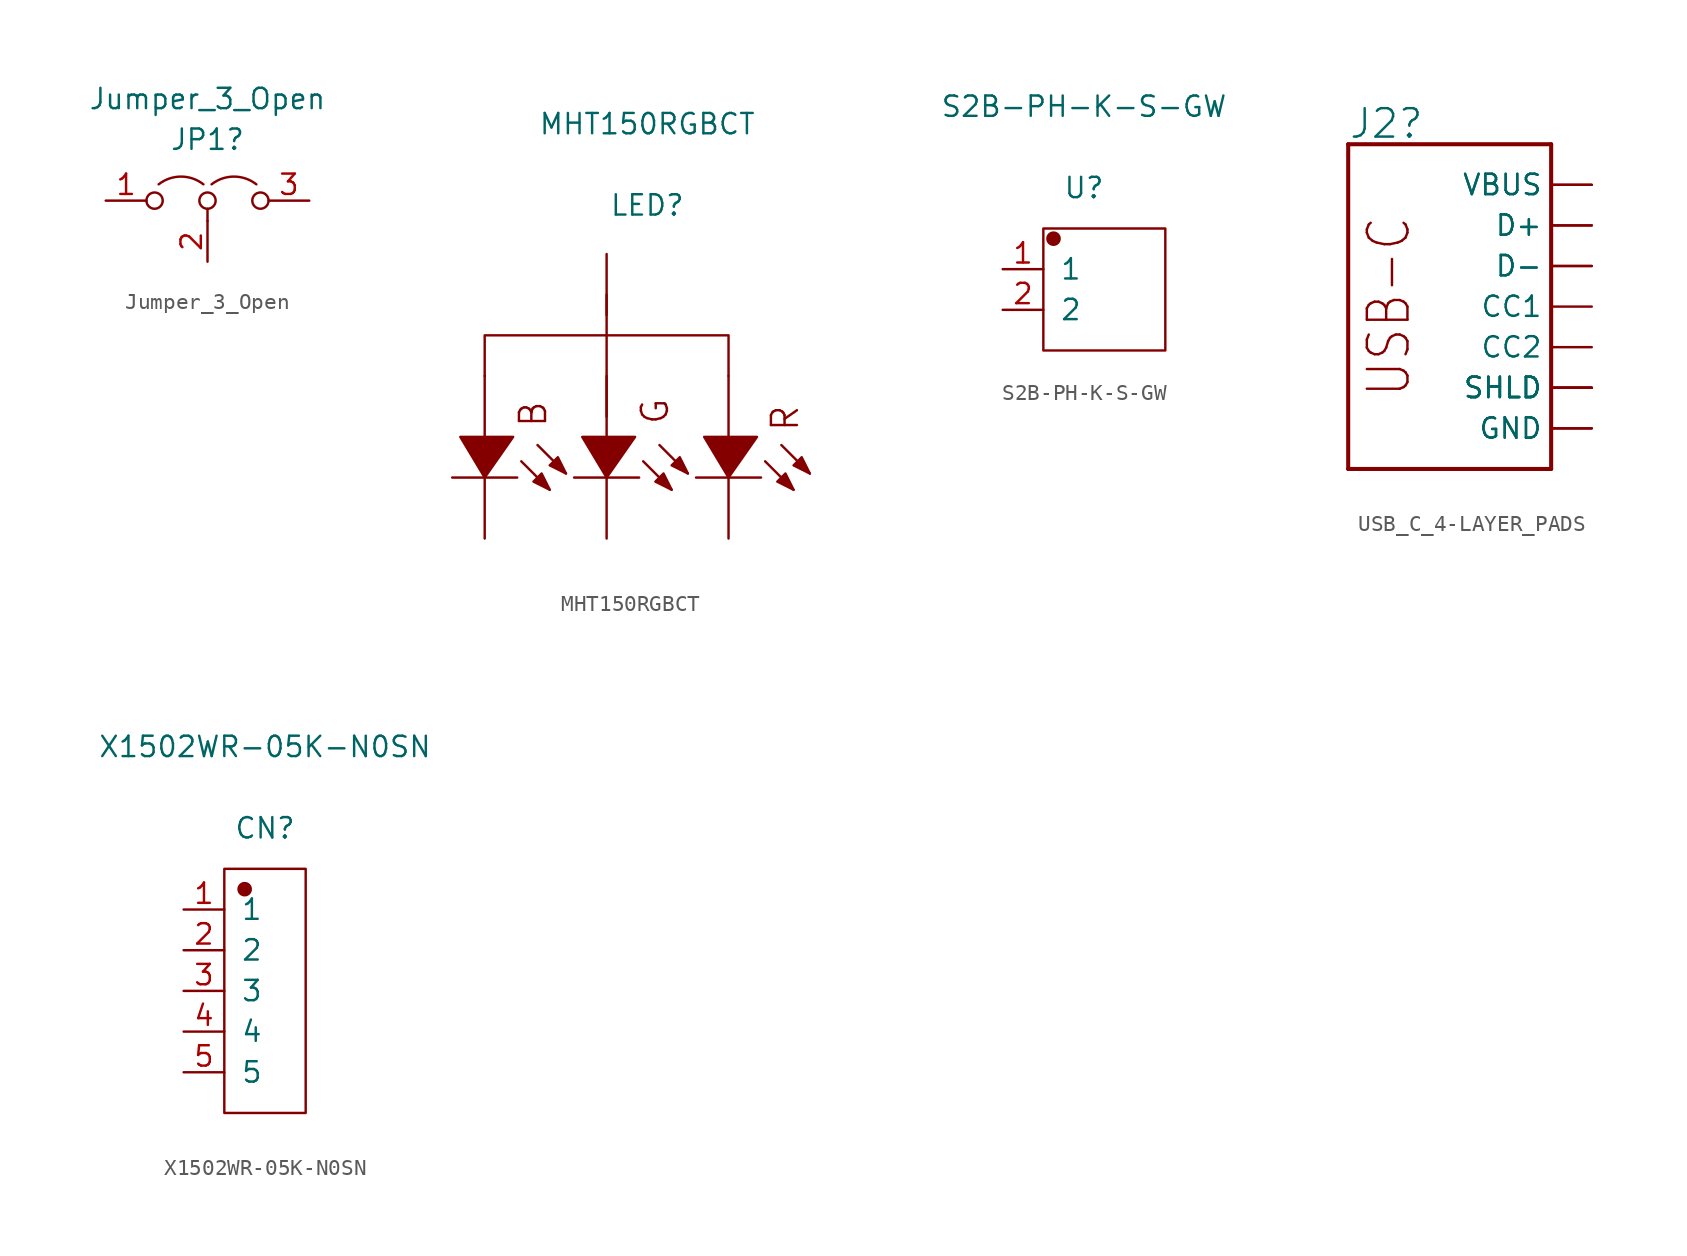
<source format=kicad_sym>
(kicad_symbol_lib
  (version 20231120)
  (generator "kicad_symbol_editor")
  (generator_version "8.0")
  (symbol "Jumper_3_Open"
    (pin_names
      (offset 0) hide)
    (property "Reference" "JP1"
      (at 0 3.81 0)
      (effects (font (size 1.27 1.27))))
    (property "Value" "Jumper_3_Open"
      (at 0 6.35 0)
      (effects (font (size 1.27 1.27))))
    (symbol "Jumper_3_Open_0_0"
      (circle (center -3.302 0) (radius 0.508) (stroke (width 0) (type default)) (fill (type none)))
      (circle (center 0 0) (radius 0.508) (stroke (width 0) (type default)) (fill (type none)))
      (circle (center 3.302 0) (radius 0.508) (stroke (width 0) (type default)) (fill (type none))))
    (symbol "Jumper_3_Open_0_1"
      (arc (start -0.254 1.016) (mid -1.651 1.4992) (end -3.048 1.016) (stroke (width 0) (type default)) (fill (type none)))
      (polyline (pts (xy 0 -0.508) (xy 0 -1.27)) (stroke (width 0) (type default)) (fill (type none)))
      (arc (start 3.048 1.016) (mid 1.651 1.4992) (end 0.254 1.016) (stroke (width 0) (type default)) (fill (type none))))
    (symbol "Jumper_3_Open_1_1"
      (pin passive line (at -6.35 0 0) (length 2.54) (name "A" (effects (font (size 1.27 1.27)))) (number "1" (effects (font (size 1.27 1.27)))))
      (pin passive line (at 0 -3.81 90) (length 2.54) (name "C" (effects (font (size 1.27 1.27)))) (number "2" (effects (font (size 1.27 1.27)))))
      (pin passive line (at 6.35 0 180) (length 2.54) (name "B" (effects (font (size 1.27 1.27)))) (number "3" (effects (font (size 1.27 1.27)))))))
  (symbol "MHT150RGBCT"
    (pin_numbers hide)
    (pin_names
      (offset 1.016) hide)
    (property "Reference" "LED"
      (at 0 13.208 0)
      (effects (font (size 1.27 1.27))))
    (property "Value" "MHT150RGBCT"
      (at 0 18.288 0)
      (effects (font (size 1.27 1.27))))
    (symbol "MHT150RGBCT_1_1"
      (polyline (pts (xy -10.16 2.54) (xy -10.16 -1.27)) (stroke (width 0.152) (type solid)) (fill (type none)))
      (polyline (pts (xy -8.128 -3.81) (xy -12.192 -3.81)) (stroke (width 0.152) (type solid)) (fill (type none)))
      (polyline (pts (xy -7.874 -2.794) (xy -6.096 -4.572)) (stroke (width 0.152) (type solid)) (fill (type none)))
      (polyline (pts (xy -6.858 -1.778) (xy -5.08 -3.556)) (stroke (width 0.152) (type solid)) (fill (type none)))
      (polyline (pts (xy -2.54 2.54) (xy -2.54 0)) (stroke (width 0.152) (type solid)) (fill (type none)))
      (polyline (pts (xy -2.54 7.62) (xy -2.54 -1.27)) (stroke (width 0.152) (type solid)) (fill (type none)))
      (polyline (pts (xy -0.508 -3.81) (xy -4.572 -3.81)) (stroke (width 0.152) (type solid)) (fill (type none)))
      (polyline (pts (xy -0.254 -2.794) (xy 1.524 -4.572)) (stroke (width 0.152) (type solid)) (fill (type none)))
      (polyline (pts (xy 0.762 -1.778) (xy 2.54 -3.556)) (stroke (width 0.152) (type solid)) (fill (type none)))
      (polyline (pts (xy 5.08 2.54) (xy 5.08 -1.27)) (stroke (width 0.152) (type solid)) (fill (type none)))
      (polyline (pts (xy 7.112 -3.81) (xy 3.048 -3.81)) (stroke (width 0.152) (type solid)) (fill (type none)))
      (polyline (pts (xy 7.366 -2.794) (xy 9.144 -4.572)) (stroke (width 0.152) (type solid)) (fill (type none)))
      (polyline (pts (xy 8.382 -1.778) (xy 10.16 -3.556)) (stroke (width 0.152) (type solid)) (fill (type none)))
      (polyline (pts (xy -11.684 -1.27) (xy -10.16 -3.81) (xy -8.382 -1.27) (xy -11.684 -1.27)) (stroke (width 0.152) (type solid)) (fill (type outline)))
      (polyline (pts (xy -6.096 -4.572) (xy -6.604 -3.556) (xy -7.112 -4.064) (xy -6.096 -4.572)) (stroke (width 0.152) (type solid)) (fill (type outline)))
      (polyline (pts (xy -5.08 -3.556) (xy -5.588 -2.54) (xy -6.096 -3.048) (xy -5.08 -3.556)) (stroke (width 0.152) (type solid)) (fill (type outline)))
      (polyline (pts (xy -4.064 -1.27) (xy -2.54 -3.81) (xy -0.762 -1.27) (xy -4.064 -1.27)) (stroke (width 0.152) (type solid)) (fill (type outline)))
      (polyline (pts (xy 1.524 -4.572) (xy 1.016 -3.556) (xy 0.508 -4.064) (xy 1.524 -4.572)) (stroke (width 0.152) (type solid)) (fill (type outline)))
      (polyline (pts (xy 2.54 -3.556) (xy 2.032 -2.54) (xy 1.524 -3.048) (xy 2.54 -3.556)) (stroke (width 0.152) (type solid)) (fill (type outline)))
      (polyline (pts (xy 3.556 -1.27) (xy 5.08 -3.81) (xy 6.858 -1.27) (xy 3.556 -1.27)) (stroke (width 0.152) (type solid)) (fill (type outline)))
      (polyline (pts (xy 5.08 2.54) (xy 5.08 5.08) (xy -10.16 5.08) (xy -10.16 2.54)) (stroke (width 0.152) (type solid)) (fill (type none)))
      (polyline (pts (xy 9.144 -4.572) (xy 8.636 -3.556) (xy 8.128 -4.064) (xy 9.144 -4.572)) (stroke (width 0.152) (type solid)) (fill (type outline)))
      (polyline (pts (xy 10.16 -3.556) (xy 9.652 -2.54) (xy 9.144 -3.048) (xy 10.16 -3.556)) (stroke (width 0.152) (type solid)) (fill (type outline)))
      (text "B" (at -7.137 -0.762 900) (effects (font (size 1.626 1.626)) (justify left)))
      (text "G" (at 0.483 -0.584 900) (effects (font (size 1.626 1.626)) (justify left)))
      (text "R" (at 8.611 -1.016 900) (effects (font (size 1.626 1.626)) (justify left)))
      (pin input line (at -2.54 10.16 270) (length 3.81) (name "+" (effects (font (size 1.27 1.27)))) (number "1" (effects (font (size 1.27 1.27)))))
      (pin input line (at -10.16 -7.62 90) (length 3.81) (name "-" (effects (font (size 1.27 1.27)))) (number "2" (effects (font (size 1.27 1.27)))))
      (pin input line (at -2.54 -7.62 90) (length 3.81) (name "-" (effects (font (size 1.27 1.27)))) (number "3" (effects (font (size 1.27 1.27)))))
      (pin input line (at 5.08 -7.62 90) (length 3.81) (name "-" (effects (font (size 1.27 1.27)))) (number "4" (effects (font (size 1.27 1.27)))))))
  (symbol "S2B-PH-K-S-GW"
    (pin_names
      (offset 1.016))
    (property "Reference" "U"
      (at 0 6.35 0)
      (effects (font (size 1.27 1.27))))
    (property "Value" "S2B-PH-K-S-GW"
      (at 0 11.43 0)
      (effects (font (size 1.27 1.27))))
    (symbol "S2B-PH-K-S-GW_1_1"
      (rectangle (start -2.54 3.81) (end 5.08 -3.81) (stroke (width 0.152) (type solid)) (fill (type none)))
      (circle (center -1.905 3.175) (radius 0.381) (stroke (width 0.152) (type solid)) (fill (type outline)))
      (pin input line (at -5.08 1.27 0) (length 2.54) (name "1" (effects (font (size 1.27 1.27)))) (number "1" (effects (font (size 1.27 1.27)))))
      (pin input line (at -5.08 -1.27 0) (length 2.54) (name "2" (effects (font (size 1.27 1.27)))) (number "2" (effects (font (size 1.27 1.27)))))))
  (symbol "USB_C_4-LAYER_PADS"
    (property "Reference" "J2"
      (at -2.54 10.414 0)
      (effects (font (size 1.778 1.778)) (justify left bottom)))
    (symbol "USB_C_4-LAYER_PADS_1_0"
      (polyline (pts (xy -2.54 -10.16) (xy -2.54 10.16)) (stroke (width 0.254) (type solid)) (fill (type none)))
      (polyline (pts (xy -2.54 -10.16) (xy 10.16 -10.16)) (stroke (width 0.254) (type solid)) (fill (type none)))
      (polyline (pts (xy 10.16 -10.16) (xy 10.16 10.16)) (stroke (width 0.254) (type solid)) (fill (type none)))
      (polyline (pts (xy 10.16 10.16) (xy -2.54 10.16)) (stroke (width 0.254) (type solid)) (fill (type none)))
      (text "USB-C" (at 0 0 900) (effects (font (size 2.54 2.159))))
      (pin bidirectional line (at 12.7 0 180) (length 2.54) (name "CC1" (effects (font (size 1.27 1.27)))) (number "A5" (effects (font (size 0 0)))))
      (pin bidirectional line (at 12.7 5.08 180) (length 2.54) (name "D+" (effects (font (size 1.27 1.27)))) (number "A6" (effects (font (size 0 0)))))
      (pin bidirectional line (at 12.7 2.54 180) (length 2.54) (name "D-" (effects (font (size 1.27 1.27)))) (number "A7" (effects (font (size 0 0)))))
      (pin bidirectional line (at 12.7 -2.54 180) (length 2.54) (name "CC2" (effects (font (size 1.27 1.27)))) (number "B5" (effects (font (size 0 0)))))
      (pin bidirectional line (at 12.7 5.08 180) (length 2.54) (name "D+" (effects (font (size 1.27 1.27)))) (number "B6" (effects (font (size 0 0)))))
      (pin bidirectional line (at 12.7 2.54 180) (length 2.54) (name "D-" (effects (font (size 1.27 1.27)))) (number "B7" (effects (font (size 0 0)))))
      (pin bidirectional line (at 12.7 -7.62 180) (length 2.54) (name "GND" (effects (font (size 1.27 1.27)))) (number "GND" (effects (font (size 0 0)))))
      (pin bidirectional line (at 12.7 -7.62 180) (length 2.54) (name "GND" (effects (font (size 1.27 1.27)))) (number "GND2" (effects (font (size 0 0)))))
      (pin bidirectional line (at 12.7 -5.08 180) (length 2.54) (name "SHLD" (effects (font (size 1.27 1.27)))) (number "SHLD1" (effects (font (size 0 0)))))
      (pin bidirectional line (at 12.7 -5.08 180) (length 2.54) (name "SHLD" (effects (font (size 1.27 1.27)))) (number "SHLD2" (effects (font (size 0 0)))))
      (pin bidirectional line (at 12.7 -5.08 180) (length 2.54) (name "SHLD" (effects (font (size 1.27 1.27)))) (number "SHLD3" (effects (font (size 0 0)))))
      (pin bidirectional line (at 12.7 -5.08 180) (length 2.54) (name "SHLD" (effects (font (size 1.27 1.27)))) (number "SHLD4" (effects (font (size 0 0)))))
      (pin bidirectional line (at 12.7 7.62 180) (length 2.54) (name "VBUS" (effects (font (size 1.27 1.27)))) (number "VBUS1" (effects (font (size 0 0)))))
      (pin bidirectional line (at 12.7 7.62 180) (length 2.54) (name "VBUS" (effects (font (size 1.27 1.27)))) (number "VBUS2" (effects (font (size 0 0)))))))
  (symbol "X1502WR-05K-N0SN"
    (pin_names
      (offset 1.016))
    (property "Reference" "CN"
      (at 0 10.16 0)
      (effects (font (size 1.27 1.27))))
    (property "Value" "X1502WR-05K-N0SN"
      (at 0 15.24 0)
      (effects (font (size 1.27 1.27))))
    (symbol "X1502WR-05K-N0SN_1_1"
      (rectangle (start -2.54 7.62) (end 2.54 -7.62) (stroke (width 0.152) (type solid)) (fill (type none)))
      (circle (center -1.27 6.35) (radius 0.381) (stroke (width 0.152) (type solid)) (fill (type outline)))
      (pin input line (at -5.08 5.08 0) (length 2.54) (name "1" (effects (font (size 1.27 1.27)))) (number "1" (effects (font (size 1.27 1.27)))))
      (pin input line (at -5.08 2.54 0) (length 2.54) (name "2" (effects (font (size 1.27 1.27)))) (number "2" (effects (font (size 1.27 1.27)))))
      (pin input line (at -5.08 0 0) (length 2.54) (name "3" (effects (font (size 1.27 1.27)))) (number "3" (effects (font (size 1.27 1.27)))))
      (pin input line (at -5.08 -2.54 0) (length 2.54) (name "4" (effects (font (size 1.27 1.27)))) (number "4" (effects (font (size 1.27 1.27)))))
      (pin input line (at -5.08 -5.08 0) (length 2.54) (name "5" (effects (font (size 1.27 1.27)))) (number "5" (effects (font (size 1.27 1.27))))))))
</source>
